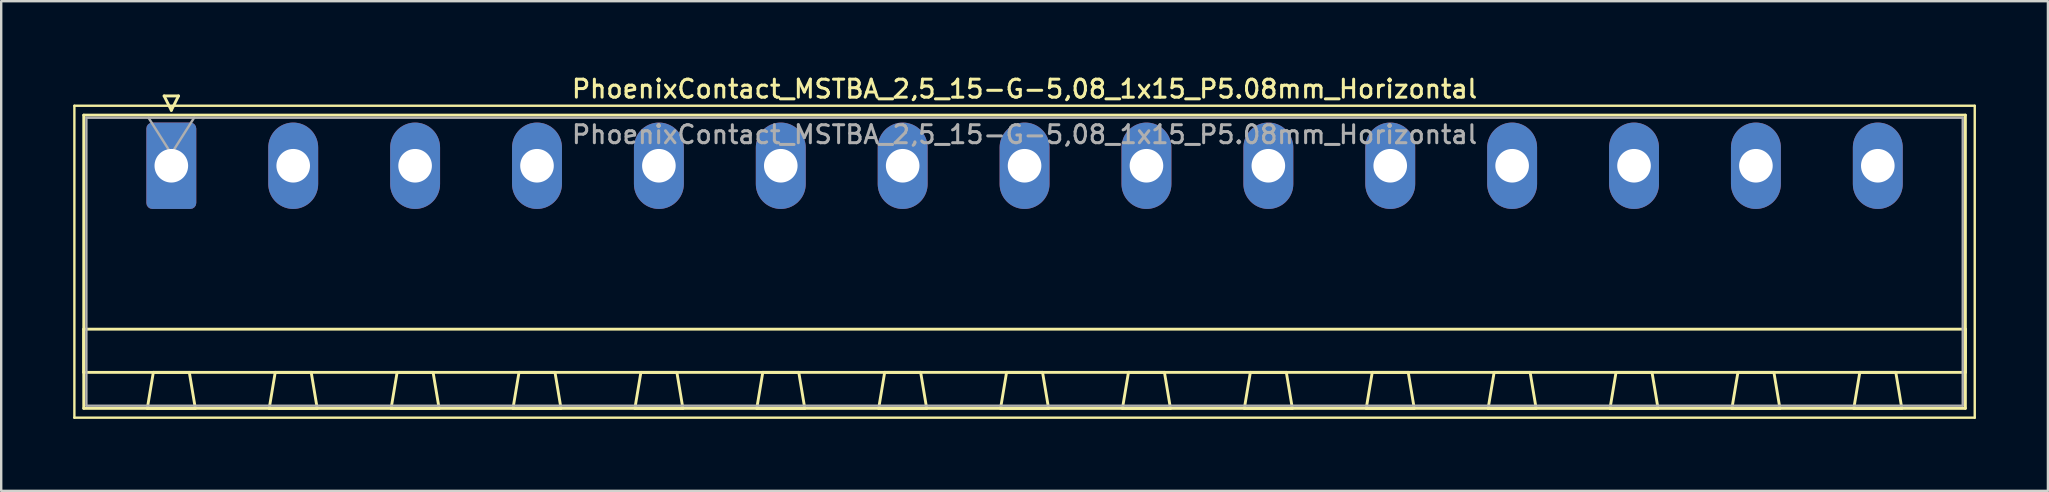
<source format=kicad_pcb>
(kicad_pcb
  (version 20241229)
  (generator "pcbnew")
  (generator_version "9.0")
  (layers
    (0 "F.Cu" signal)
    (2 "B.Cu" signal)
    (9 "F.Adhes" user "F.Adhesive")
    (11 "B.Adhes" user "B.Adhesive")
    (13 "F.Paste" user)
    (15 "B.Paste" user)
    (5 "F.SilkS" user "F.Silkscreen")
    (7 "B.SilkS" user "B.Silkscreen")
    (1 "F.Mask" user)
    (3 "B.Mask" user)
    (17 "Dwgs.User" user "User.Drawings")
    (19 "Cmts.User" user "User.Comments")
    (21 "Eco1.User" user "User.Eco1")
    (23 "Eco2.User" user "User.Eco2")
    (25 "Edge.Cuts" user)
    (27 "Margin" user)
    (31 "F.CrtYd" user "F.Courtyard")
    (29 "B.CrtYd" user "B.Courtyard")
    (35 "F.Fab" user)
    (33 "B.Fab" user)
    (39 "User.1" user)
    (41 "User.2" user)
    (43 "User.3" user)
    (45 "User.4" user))
  (footprint "PhoenixContact_MSTBA_2,5_15-G-5,08_1x15_P5.08mm_Horizontal"
    (layer "F.Cu")
    (at 4.09 3.858)
    (property "Reference" "PhoenixContact_MSTBA_2,5_15-G-5,08_1x15_P5.08mm_Horizontal" (at 35.56 -3.2 0) (layer "F.SilkS") (effects (font (size 0.75 0.75) (thickness 0.125))))
    (attr through_hole)
    (fp_line (start -4.04 -2.5) (end -4.04 10.5) (stroke (width 0.1) (type solid)) (layer "F.SilkS"))
    (fp_line (start -4.04 10.5) (end 75.16 10.5) (stroke (width 0.1) (type solid)) (layer "F.SilkS"))
    (fp_line (start -3.65 -2.11) (end -3.65 10.11) (stroke (width 0.12) (type solid)) (layer "F.SilkS"))
    (fp_line (start -3.65 6.81) (end 74.77 6.81) (stroke (width 0.12) (type solid)) (layer "F.SilkS"))
    (fp_line (start -3.65 8.61) (end -3.65 6.81) (stroke (width 0.12) (type solid)) (layer "F.SilkS"))
    (fp_line (start -3.65 10.11) (end 74.77 10.11) (stroke (width 0.12) (type solid)) (layer "F.SilkS"))
    (fp_line (start -1 10.11) (end 1 10.11) (stroke (width 0.12) (type solid)) (layer "F.SilkS"))
    (fp_line (start -0.75 8.61) (end -1 10.11) (stroke (width 0.12) (type solid)) (layer "F.SilkS"))
    (fp_line (start -0.3 -2.91) (end 0.3 -2.91) (stroke (width 0.12) (type solid)) (layer "F.SilkS"))
    (fp_line (start 0 -2.31) (end -0.3 -2.91) (stroke (width 0.12) (type solid)) (layer "F.SilkS"))
    (fp_line (start 0.3 -2.91) (end 0 -2.31) (stroke (width 0.12) (type solid)) (layer "F.SilkS"))
    (fp_line (start 0.75 8.61) (end -0.75 8.61) (stroke (width 0.12) (type solid)) (layer "F.SilkS"))
    (fp_line (start 1 10.11) (end 0.75 8.61) (stroke (width 0.12) (type solid)) (layer "F.SilkS"))
    (fp_line (start 4.08 10.11) (end 6.08 10.11) (stroke (width 0.12) (type solid)) (layer "F.SilkS"))
    (fp_line (start 4.33 8.61) (end 4.08 10.11) (stroke (width 0.12) (type solid)) (layer "F.SilkS"))
    (fp_line (start 5.83 8.61) (end 4.33 8.61) (stroke (width 0.12) (type solid)) (layer "F.SilkS"))
    (fp_line (start 6.08 10.11) (end 5.83 8.61) (stroke (width 0.12) (type solid)) (layer "F.SilkS"))
    (fp_line (start 9.16 10.11) (end 11.16 10.11) (stroke (width 0.12) (type solid)) (layer "F.SilkS"))
    (fp_line (start 9.41 8.61) (end 9.16 10.11) (stroke (width 0.12) (type solid)) (layer "F.SilkS"))
    (fp_line (start 10.91 8.61) (end 9.41 8.61) (stroke (width 0.12) (type solid)) (layer "F.SilkS"))
    (fp_line (start 11.16 10.11) (end 10.91 8.61) (stroke (width 0.12) (type solid)) (layer "F.SilkS"))
    (fp_line (start 14.24 10.11) (end 16.24 10.11) (stroke (width 0.12) (type solid)) (layer "F.SilkS"))
    (fp_line (start 14.49 8.61) (end 14.24 10.11) (stroke (width 0.12) (type solid)) (layer "F.SilkS"))
    (fp_line (start 15.99 8.61) (end 14.49 8.61) (stroke (width 0.12) (type solid)) (layer "F.SilkS"))
    (fp_line (start 16.24 10.11) (end 15.99 8.61) (stroke (width 0.12) (type solid)) (layer "F.SilkS"))
    (fp_line (start 19.32 10.11) (end 21.32 10.11) (stroke (width 0.12) (type solid)) (layer "F.SilkS"))
    (fp_line (start 19.57 8.61) (end 19.32 10.11) (stroke (width 0.12) (type solid)) (layer "F.SilkS"))
    (fp_line (start 21.07 8.61) (end 19.57 8.61) (stroke (width 0.12) (type solid)) (layer "F.SilkS"))
    (fp_line (start 21.32 10.11) (end 21.07 8.61) (stroke (width 0.12) (type solid)) (layer "F.SilkS"))
    (fp_line (start 24.4 10.11) (end 26.4 10.11) (stroke (width 0.12) (type solid)) (layer "F.SilkS"))
    (fp_line (start 24.65 8.61) (end 24.4 10.11) (stroke (width 0.12) (type solid)) (layer "F.SilkS"))
    (fp_line (start 26.15 8.61) (end 24.65 8.61) (stroke (width 0.12) (type solid)) (layer "F.SilkS"))
    (fp_line (start 26.4 10.11) (end 26.15 8.61) (stroke (width 0.12) (type solid)) (layer "F.SilkS"))
    (fp_line (start 29.48 10.11) (end 31.48 10.11) (stroke (width 0.12) (type solid)) (layer "F.SilkS"))
    (fp_line (start 29.73 8.61) (end 29.48 10.11) (stroke (width 0.12) (type solid)) (layer "F.SilkS"))
    (fp_line (start 31.23 8.61) (end 29.73 8.61) (stroke (width 0.12) (type solid)) (layer "F.SilkS"))
    (fp_line (start 31.48 10.11) (end 31.23 8.61) (stroke (width 0.12) (type solid)) (layer "F.SilkS"))
    (fp_line (start 34.56 10.11) (end 36.56 10.11) (stroke (width 0.12) (type solid)) (layer "F.SilkS"))
    (fp_line (start 34.81 8.61) (end 34.56 10.11) (stroke (width 0.12) (type solid)) (layer "F.SilkS"))
    (fp_line (start 36.31 8.61) (end 34.81 8.61) (stroke (width 0.12) (type solid)) (layer "F.SilkS"))
    (fp_line (start 36.56 10.11) (end 36.31 8.61) (stroke (width 0.12) (type solid)) (layer "F.SilkS"))
    (fp_line (start 39.64 10.11) (end 41.64 10.11) (stroke (width 0.12) (type solid)) (layer "F.SilkS"))
    (fp_line (start 39.89 8.61) (end 39.64 10.11) (stroke (width 0.12) (type solid)) (layer "F.SilkS"))
    (fp_line (start 41.39 8.61) (end 39.89 8.61) (stroke (width 0.12) (type solid)) (layer "F.SilkS"))
    (fp_line (start 41.64 10.11) (end 41.39 8.61) (stroke (width 0.12) (type solid)) (layer "F.SilkS"))
    (fp_line (start 44.72 10.11) (end 46.72 10.11) (stroke (width 0.12) (type solid)) (layer "F.SilkS"))
    (fp_line (start 44.97 8.61) (end 44.72 10.11) (stroke (width 0.12) (type solid)) (layer "F.SilkS"))
    (fp_line (start 46.47 8.61) (end 44.97 8.61) (stroke (width 0.12) (type solid)) (layer "F.SilkS"))
    (fp_line (start 46.72 10.11) (end 46.47 8.61) (stroke (width 0.12) (type solid)) (layer "F.SilkS"))
    (fp_line (start 49.8 10.11) (end 51.8 10.11) (stroke (width 0.12) (type solid)) (layer "F.SilkS"))
    (fp_line (start 50.05 8.61) (end 49.8 10.11) (stroke (width 0.12) (type solid)) (layer "F.SilkS"))
    (fp_line (start 51.55 8.61) (end 50.05 8.61) (stroke (width 0.12) (type solid)) (layer "F.SilkS"))
    (fp_line (start 51.8 10.11) (end 51.55 8.61) (stroke (width 0.12) (type solid)) (layer "F.SilkS"))
    (fp_line (start 54.88 10.11) (end 56.88 10.11) (stroke (width 0.12) (type solid)) (layer "F.SilkS"))
    (fp_line (start 55.13 8.61) (end 54.88 10.11) (stroke (width 0.12) (type solid)) (layer "F.SilkS"))
    (fp_line (start 56.63 8.61) (end 55.13 8.61) (stroke (width 0.12) (type solid)) (layer "F.SilkS"))
    (fp_line (start 56.88 10.11) (end 56.63 8.61) (stroke (width 0.12) (type solid)) (layer "F.SilkS"))
    (fp_line (start 59.96 10.11) (end 61.96 10.11) (stroke (width 0.12) (type solid)) (layer "F.SilkS"))
    (fp_line (start 60.21 8.61) (end 59.96 10.11) (stroke (width 0.12) (type solid)) (layer "F.SilkS"))
    (fp_line (start 61.71 8.61) (end 60.21 8.61) (stroke (width 0.12) (type solid)) (layer "F.SilkS"))
    (fp_line (start 61.96 10.11) (end 61.71 8.61) (stroke (width 0.12) (type solid)) (layer "F.SilkS"))
    (fp_line (start 65.04 10.11) (end 67.04 10.11) (stroke (width 0.12) (type solid)) (layer "F.SilkS"))
    (fp_line (start 65.29 8.61) (end 65.04 10.11) (stroke (width 0.12) (type solid)) (layer "F.SilkS"))
    (fp_line (start 66.79 8.61) (end 65.29 8.61) (stroke (width 0.12) (type solid)) (layer "F.SilkS"))
    (fp_line (start 67.04 10.11) (end 66.79 8.61) (stroke (width 0.12) (type solid)) (layer "F.SilkS"))
    (fp_line (start 70.12 10.11) (end 72.12 10.11) (stroke (width 0.12) (type solid)) (layer "F.SilkS"))
    (fp_line (start 70.37 8.61) (end 70.12 10.11) (stroke (width 0.12) (type solid)) (layer "F.SilkS"))
    (fp_line (start 71.87 8.61) (end 70.37 8.61) (stroke (width 0.12) (type solid)) (layer "F.SilkS"))
    (fp_line (start 72.12 10.11) (end 71.87 8.61) (stroke (width 0.12) (type solid)) (layer "F.SilkS"))
    (fp_line (start 74.77 -2.11) (end -3.65 -2.11) (stroke (width 0.12) (type solid)) (layer "F.SilkS"))
    (fp_line (start 74.77 6.81) (end 74.77 8.61) (stroke (width 0.12) (type solid)) (layer "F.SilkS"))
    (fp_line (start 74.77 8.61) (end -3.65 8.61) (stroke (width 0.12) (type solid)) (layer "F.SilkS"))
    (fp_line (start 74.77 10.11) (end 74.77 -2.11) (stroke (width 0.12) (type solid)) (layer "F.SilkS"))
    (fp_line (start 75.16 -2.5) (end -4.04 -2.5) (stroke (width 0.1) (type solid)) (layer "F.SilkS"))
    (fp_line (start 75.16 10.5) (end 75.16 -2.5) (stroke (width 0.1) (type solid)) (layer "F.SilkS"))
    (fp_line (start -3.54 -2) (end -3.54 10) (stroke (width 0.1) (type solid)) (layer "F.Fab"))
    (fp_line (start -3.54 10) (end 74.66 10) (stroke (width 0.1) (type solid)) (layer "F.Fab"))
    (fp_line (start 0 -0.5) (end -0.95 -2) (stroke (width 0.1) (type solid)) (layer "F.Fab"))
    (fp_line (start 0.95 -2) (end 0 -0.5) (stroke (width 0.1) (type solid)) (layer "F.Fab"))
    (fp_line (start 74.66 -2) (end -3.54 -2) (stroke (width 0.1) (type solid)) (layer "F.Fab"))
    (fp_line (start 74.66 10) (end 74.66 -2) (stroke (width 0.1) (type solid)) (layer "F.Fab"))
    (fp_text user "${REFERENCE}" (at 35.56 -1.3 0) (layer "F.Fab") (effects (font (size 0.75 0.75) (thickness 0.125))))
    (pad "1" thru_hole roundrect (at 0 0) (size 2.08 3.6) (drill 1.4) (layers "*.Cu" "*.Mask") (roundrect_rratio 0.12))
    (pad "2" thru_hole oval (at 5.08 0) (size 2.08 3.6) (drill 1.4) (layers "*.Cu" "*.Mask"))
    (pad "3" thru_hole oval (at 10.16 0) (size 2.08 3.6) (drill 1.4) (layers "*.Cu" "*.Mask"))
    (pad "4" thru_hole oval (at 15.24 0) (size 2.08 3.6) (drill 1.4) (layers "*.Cu" "*.Mask"))
    (pad "5" thru_hole oval (at 20.32 0) (size 2.08 3.6) (drill 1.4) (layers "*.Cu" "*.Mask"))
    (pad "6" thru_hole oval (at 25.4 0) (size 2.08 3.6) (drill 1.4) (layers "*.Cu" "*.Mask"))
    (pad "7" thru_hole oval (at 30.48 0) (size 2.08 3.6) (drill 1.4) (layers "*.Cu" "*.Mask"))
    (pad "8" thru_hole oval (at 35.56 0) (size 2.08 3.6) (drill 1.4) (layers "*.Cu" "*.Mask"))
    (pad "9" thru_hole oval (at 40.64 0) (size 2.08 3.6) (drill 1.4) (layers "*.Cu" "*.Mask"))
    (pad "10" thru_hole oval (at 45.72 0) (size 2.08 3.6) (drill 1.4) (layers "*.Cu" "*.Mask"))
    (pad "11" thru_hole oval (at 50.8 0) (size 2.08 3.6) (drill 1.4) (layers "*.Cu" "*.Mask"))
    (pad "12" thru_hole oval (at 55.88 0) (size 2.08 3.6) (drill 1.4) (layers "*.Cu" "*.Mask"))
    (pad "13" thru_hole oval (at 60.96 0) (size 2.08 3.6) (drill 1.4) (layers "*.Cu" "*.Mask"))
    (pad "14" thru_hole oval (at 66.04 0) (size 2.08 3.6) (drill 1.4) (layers "*.Cu" "*.Mask"))
    (pad "15" thru_hole oval (at 71.12 0) (size 2.08 3.6) (drill 1.4) (layers "*.Cu" "*.Mask")))
  (gr_rect
    (start -3 -3)
    (end 82.3 17.408)
    (stroke (width 0.1) (type default))
    (fill no)
    (layer "Edge.Cuts")))
</source>
